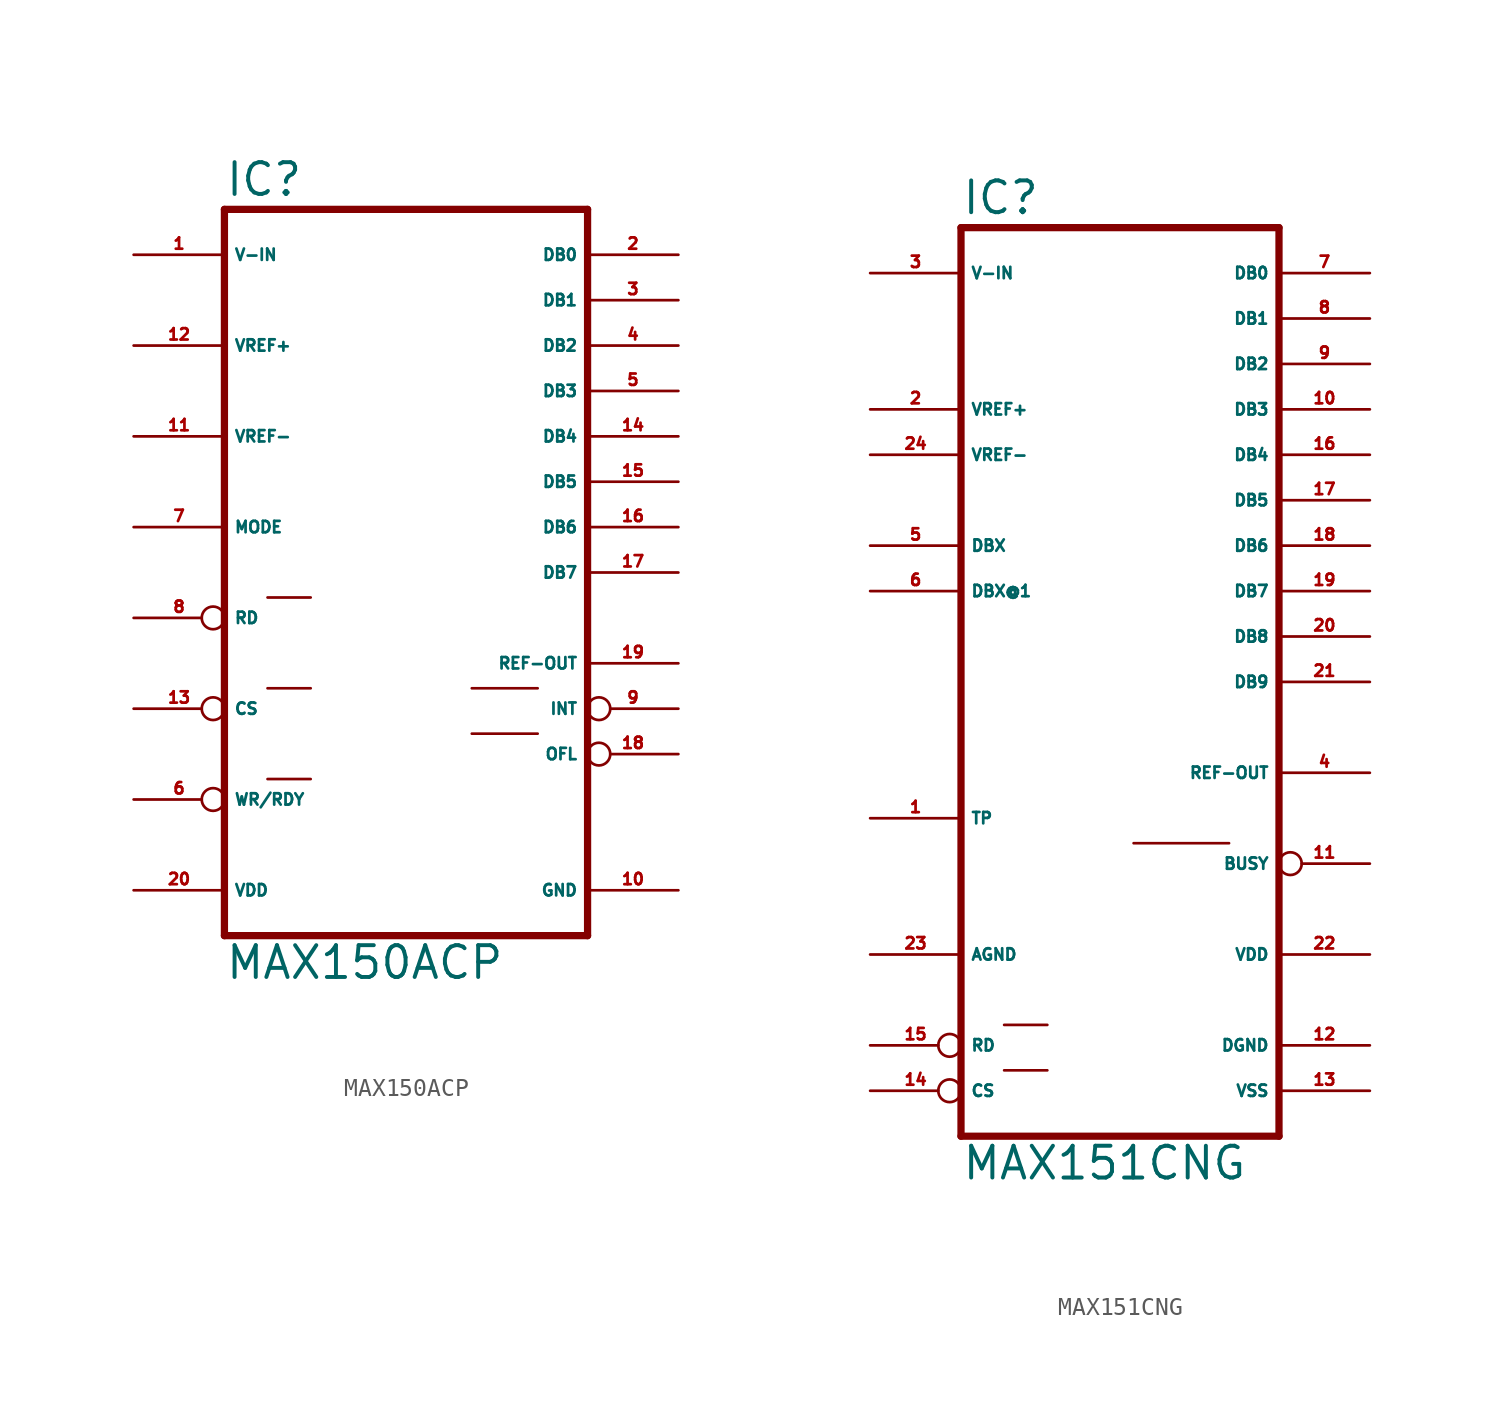
<source format=kicad_sym>
(kicad_symbol_lib
  (version 20220914)
  (generator Eagle2Kicad)
  (symbol "MAX150ACP"
    (property "Reference" "IC"
      (at -10.16 20.955 0)
      (effects (font (size 1.778 1.778) (thickness 0.22)) (justify left bottom)))
    (property "Value" "MAX150ACP"
      (at -10.16 -22.86 0)
      (effects (font (size 1.778 1.778) (thickness 0.22)) (justify left bottom)))
    (polyline
      (pts (xy -10.16 -20.32) (xy 10.16 -20.32))
      (stroke (width 0.406) (type default))
      (fill (type none)))
    (polyline
      (pts (xy 10.16 20.32) (xy 10.16 -20.32))
      (stroke (width 0.406) (type default))
      (fill (type none)))
    (polyline
      (pts (xy 10.16 20.32) (xy -10.16 20.32))
      (stroke (width 0.406) (type default))
      (fill (type none)))
    (polyline
      (pts (xy -10.16 -20.32) (xy -10.16 20.32))
      (stroke (width 0.406) (type default))
      (fill (type none)))
    (polyline
      (pts (xy 3.683 -9.017) (xy 7.366 -9.017))
      (stroke (width 0.152) (type default))
      (fill (type none)))
    (polyline
      (pts (xy 3.683 -6.477) (xy 7.366 -6.477))
      (stroke (width 0.152) (type default))
      (fill (type none)))
    (polyline
      (pts (xy -7.747 -6.477) (xy -5.334 -6.477))
      (stroke (width 0.152) (type default))
      (fill (type none)))
    (polyline
      (pts (xy -7.747 -1.397) (xy -5.334 -1.397))
      (stroke (width 0.152) (type default))
      (fill (type none)))
    (polyline
      (pts (xy -7.747 -11.557) (xy -5.334 -11.557))
      (stroke (width 0.152) (type default))
      (fill (type none)))
    (pin tri_state line
      (at 15.24 17.78 180)
      (length 5.08)
      (name "DB0" (effects (font (size 0.635 0.635) (thickness 0.08)) (justify left bottom)))
      (number "2" (effects (font (size 0.635 0.635) (thickness 0.08)) (justify left bottom))))
    (pin tri_state line
      (at 15.24 15.24 180)
      (length 5.08)
      (name "DB1" (effects (font (size 0.635 0.635) (thickness 0.08)) (justify left bottom)))
      (number "3" (effects (font (size 0.635 0.635) (thickness 0.08)) (justify left bottom))))
    (pin tri_state line
      (at 15.24 12.7 180)
      (length 5.08)
      (name "DB2" (effects (font (size 0.635 0.635) (thickness 0.08)) (justify left bottom)))
      (number "4" (effects (font (size 0.635 0.635) (thickness 0.08)) (justify left bottom))))
    (pin tri_state line
      (at 15.24 10.16 180)
      (length 5.08)
      (name "DB3" (effects (font (size 0.635 0.635) (thickness 0.08)) (justify left bottom)))
      (number "5" (effects (font (size 0.635 0.635) (thickness 0.08)) (justify left bottom))))
    (pin tri_state line
      (at 15.24 7.62 180)
      (length 5.08)
      (name "DB4" (effects (font (size 0.635 0.635) (thickness 0.08)) (justify left bottom)))
      (number "14" (effects (font (size 0.635 0.635) (thickness 0.08)) (justify left bottom))))
    (pin tri_state line
      (at 15.24 5.08 180)
      (length 5.08)
      (name "DB5" (effects (font (size 0.635 0.635) (thickness 0.08)) (justify left bottom)))
      (number "15" (effects (font (size 0.635 0.635) (thickness 0.08)) (justify left bottom))))
    (pin tri_state line
      (at 15.24 2.54 180)
      (length 5.08)
      (name "DB6" (effects (font (size 0.635 0.635) (thickness 0.08)) (justify left bottom)))
      (number "16" (effects (font (size 0.635 0.635) (thickness 0.08)) (justify left bottom))))
    (pin tri_state line
      (at 15.24 0 180)
      (length 5.08)
      (name "DB7" (effects (font (size 0.635 0.635) (thickness 0.08)) (justify left bottom)))
      (number "17" (effects (font (size 0.635 0.635) (thickness 0.08)) (justify left bottom))))
    (pin output line
      (at 15.24 -5.08 180)
      (length 5.08)
      (name "REF-OUT" (effects (font (size 0.635 0.635) (thickness 0.08)) (justify left bottom)))
      (number "19" (effects (font (size 0.635 0.635) (thickness 0.08)) (justify left bottom))))
    (pin unspecified line
      (at -15.24 -17.78 0)
      (length 5.08)
      (name "VDD" (effects (font (size 0.635 0.635) (thickness 0.08)) (justify left bottom)))
      (number "20" (effects (font (size 0.635 0.635) (thickness 0.08)) (justify left bottom))))
    (pin unspecified line
      (at 15.24 -17.78 180)
      (length 5.08)
      (name "GND" (effects (font (size 0.635 0.635) (thickness 0.08)) (justify left bottom)))
      (number "10" (effects (font (size 0.635 0.635) (thickness 0.08)) (justify left bottom))))
    (pin output inverted
      (at 15.24 -7.62 180)
      (length 5.08)
      (name "INT" (effects (font (size 0.635 0.635) (thickness 0.08)) (justify left bottom)))
      (number "9" (effects (font (size 0.635 0.635) (thickness 0.08)) (justify left bottom))))
    (pin output inverted
      (at 15.24 -10.16 180)
      (length 5.08)
      (name "OFL" (effects (font (size 0.635 0.635) (thickness 0.08)) (justify left bottom)))
      (number "18" (effects (font (size 0.635 0.635) (thickness 0.08)) (justify left bottom))))
    (pin input line
      (at -15.24 17.78 0)
      (length 5.08)
      (name "V-IN" (effects (font (size 0.635 0.635) (thickness 0.08)) (justify left bottom)))
      (number "1" (effects (font (size 0.635 0.635) (thickness 0.08)) (justify left bottom))))
    (pin bidirectional inverted
      (at -15.24 -12.7 0)
      (length 5.08)
      (name "WR/RDY" (effects (font (size 0.635 0.635) (thickness 0.08)) (justify left bottom)))
      (number "6" (effects (font (size 0.635 0.635) (thickness 0.08)) (justify left bottom))))
    (pin input line
      (at -15.24 2.54 0)
      (length 5.08)
      (name "MODE" (effects (font (size 0.635 0.635) (thickness 0.08)) (justify left bottom)))
      (number "7" (effects (font (size 0.635 0.635) (thickness 0.08)) (justify left bottom))))
    (pin input inverted
      (at -15.24 -2.54 0)
      (length 5.08)
      (name "RD" (effects (font (size 0.635 0.635) (thickness 0.08)) (justify left bottom)))
      (number "8" (effects (font (size 0.635 0.635) (thickness 0.08)) (justify left bottom))))
    (pin input inverted
      (at -15.24 -7.62 0)
      (length 5.08)
      (name "CS" (effects (font (size 0.635 0.635) (thickness 0.08)) (justify left bottom)))
      (number "13" (effects (font (size 0.635 0.635) (thickness 0.08)) (justify left bottom))))
    (pin input line
      (at -15.24 12.7 0)
      (length 5.08)
      (name "VREF+" (effects (font (size 0.635 0.635) (thickness 0.08)) (justify left bottom)))
      (number "12" (effects (font (size 0.635 0.635) (thickness 0.08)) (justify left bottom))))
    (pin input line
      (at -15.24 7.62 0)
      (length 5.08)
      (name "VREF-" (effects (font (size 0.635 0.635) (thickness 0.08)) (justify left bottom)))
      (number "11" (effects (font (size 0.635 0.635) (thickness 0.08)) (justify left bottom)))))
  (symbol "MAX151CNG"
    (property "Reference" "IC"
      (at -10.16 26.035 0)
      (effects (font (size 1.778 1.778) (thickness 0.22)) (justify left bottom)))
    (property "Value" "MAX151CNG"
      (at -10.16 -27.94 0)
      (effects (font (size 1.778 1.778) (thickness 0.22)) (justify left bottom)))
    (polyline
      (pts (xy -10.16 -25.4) (xy 7.62 -25.4))
      (stroke (width 0.406) (type default))
      (fill (type none)))
    (polyline
      (pts (xy 7.62 25.4) (xy 7.62 -25.4))
      (stroke (width 0.406) (type default))
      (fill (type none)))
    (polyline
      (pts (xy 7.62 25.4) (xy -10.16 25.4))
      (stroke (width 0.406) (type default))
      (fill (type none)))
    (polyline
      (pts (xy -10.16 -25.4) (xy -10.16 25.4))
      (stroke (width 0.406) (type default))
      (fill (type none)))
    (polyline
      (pts (xy -0.508 -9.017) (xy 4.826 -9.017))
      (stroke (width 0.152) (type default))
      (fill (type none)))
    (polyline
      (pts (xy -7.747 -19.177) (xy -5.334 -19.177))
      (stroke (width 0.152) (type default))
      (fill (type none)))
    (polyline
      (pts (xy -7.747 -21.717) (xy -5.334 -21.717))
      (stroke (width 0.152) (type default))
      (fill (type none)))
    (pin tri_state line
      (at 12.7 22.86 180)
      (length 5.08)
      (name "DB0" (effects (font (size 0.635 0.635) (thickness 0.08)) (justify left bottom)))
      (number "7" (effects (font (size 0.635 0.635) (thickness 0.08)) (justify left bottom))))
    (pin tri_state line
      (at 12.7 20.32 180)
      (length 5.08)
      (name "DB1" (effects (font (size 0.635 0.635) (thickness 0.08)) (justify left bottom)))
      (number "8" (effects (font (size 0.635 0.635) (thickness 0.08)) (justify left bottom))))
    (pin tri_state line
      (at 12.7 17.78 180)
      (length 5.08)
      (name "DB2" (effects (font (size 0.635 0.635) (thickness 0.08)) (justify left bottom)))
      (number "9" (effects (font (size 0.635 0.635) (thickness 0.08)) (justify left bottom))))
    (pin tri_state line
      (at 12.7 15.24 180)
      (length 5.08)
      (name "DB3" (effects (font (size 0.635 0.635) (thickness 0.08)) (justify left bottom)))
      (number "10" (effects (font (size 0.635 0.635) (thickness 0.08)) (justify left bottom))))
    (pin tri_state line
      (at 12.7 12.7 180)
      (length 5.08)
      (name "DB4" (effects (font (size 0.635 0.635) (thickness 0.08)) (justify left bottom)))
      (number "16" (effects (font (size 0.635 0.635) (thickness 0.08)) (justify left bottom))))
    (pin tri_state line
      (at 12.7 10.16 180)
      (length 5.08)
      (name "DB5" (effects (font (size 0.635 0.635) (thickness 0.08)) (justify left bottom)))
      (number "17" (effects (font (size 0.635 0.635) (thickness 0.08)) (justify left bottom))))
    (pin tri_state line
      (at 12.7 7.62 180)
      (length 5.08)
      (name "DB6" (effects (font (size 0.635 0.635) (thickness 0.08)) (justify left bottom)))
      (number "18" (effects (font (size 0.635 0.635) (thickness 0.08)) (justify left bottom))))
    (pin tri_state line
      (at 12.7 5.08 180)
      (length 5.08)
      (name "DB7" (effects (font (size 0.635 0.635) (thickness 0.08)) (justify left bottom)))
      (number "19" (effects (font (size 0.635 0.635) (thickness 0.08)) (justify left bottom))))
    (pin output line
      (at 12.7 -5.08 180)
      (length 5.08)
      (name "REF-OUT" (effects (font (size 0.635 0.635) (thickness 0.08)) (justify left bottom)))
      (number "4" (effects (font (size 0.635 0.635) (thickness 0.08)) (justify left bottom))))
    (pin unspecified line
      (at 12.7 -15.24 180)
      (length 5.08)
      (name "VDD" (effects (font (size 0.635 0.635) (thickness 0.08)) (justify left bottom)))
      (number "22" (effects (font (size 0.635 0.635) (thickness 0.08)) (justify left bottom))))
    (pin unspecified line
      (at 12.7 -22.86 180)
      (length 5.08)
      (name "VSS" (effects (font (size 0.635 0.635) (thickness 0.08)) (justify left bottom)))
      (number "13" (effects (font (size 0.635 0.635) (thickness 0.08)) (justify left bottom))))
    (pin output inverted
      (at 12.7 -10.16 180)
      (length 5.08)
      (name "BUSY" (effects (font (size 0.635 0.635) (thickness 0.08)) (justify left bottom)))
      (number "11" (effects (font (size 0.635 0.635) (thickness 0.08)) (justify left bottom))))
    (pin input line
      (at -15.24 22.86 0)
      (length 5.08)
      (name "V-IN" (effects (font (size 0.635 0.635) (thickness 0.08)) (justify left bottom)))
      (number "3" (effects (font (size 0.635 0.635) (thickness 0.08)) (justify left bottom))))
    (pin input inverted
      (at -15.24 -20.32 0)
      (length 5.08)
      (name "RD" (effects (font (size 0.635 0.635) (thickness 0.08)) (justify left bottom)))
      (number "15" (effects (font (size 0.635 0.635) (thickness 0.08)) (justify left bottom))))
    (pin input inverted
      (at -15.24 -22.86 0)
      (length 5.08)
      (name "CS" (effects (font (size 0.635 0.635) (thickness 0.08)) (justify left bottom)))
      (number "14" (effects (font (size 0.635 0.635) (thickness 0.08)) (justify left bottom))))
    (pin input line
      (at -15.24 15.24 0)
      (length 5.08)
      (name "VREF+" (effects (font (size 0.635 0.635) (thickness 0.08)) (justify left bottom)))
      (number "2" (effects (font (size 0.635 0.635) (thickness 0.08)) (justify left bottom))))
    (pin input line
      (at -15.24 12.7 0)
      (length 5.08)
      (name "VREF-" (effects (font (size 0.635 0.635) (thickness 0.08)) (justify left bottom)))
      (number "24" (effects (font (size 0.635 0.635) (thickness 0.08)) (justify left bottom))))
    (pin tri_state line
      (at 12.7 2.54 180)
      (length 5.08)
      (name "DB8" (effects (font (size 0.635 0.635) (thickness 0.08)) (justify left bottom)))
      (number "20" (effects (font (size 0.635 0.635) (thickness 0.08)) (justify left bottom))))
    (pin tri_state line
      (at 12.7 0 180)
      (length 5.08)
      (name "DB9" (effects (font (size 0.635 0.635) (thickness 0.08)) (justify left bottom)))
      (number "21" (effects (font (size 0.635 0.635) (thickness 0.08)) (justify left bottom))))
    (pin unspecified line
      (at -15.24 -15.24 0)
      (length 5.08)
      (name "AGND" (effects (font (size 0.635 0.635) (thickness 0.08)) (justify left bottom)))
      (number "23" (effects (font (size 0.635 0.635) (thickness 0.08)) (justify left bottom))))
    (pin unspecified line
      (at 12.7 -20.32 180)
      (length 5.08)
      (name "DGND" (effects (font (size 0.635 0.635) (thickness 0.08)) (justify left bottom)))
      (number "12" (effects (font (size 0.635 0.635) (thickness 0.08)) (justify left bottom))))
    (pin input line
      (at -15.24 -7.62 0)
      (length 5.08)
      (name "TP" (effects (font (size 0.635 0.635) (thickness 0.08)) (justify left bottom)))
      (number "1" (effects (font (size 0.635 0.635) (thickness 0.08)) (justify left bottom))))
    (pin passive line
      (at -15.24 5.08 0)
      (length 5.08)
      (name "DBX@1" (effects (font (size 0.635 0.635) (thickness 0.08)) (justify left bottom)))
      (number "6" (effects (font (size 0.635 0.635) (thickness 0.08)) (justify left bottom))))
    (pin passive line
      (at -15.24 7.62 0)
      (length 5.08)
      (name "DBX" (effects (font (size 0.635 0.635) (thickness 0.08)) (justify left bottom)))
      (number "5" (effects (font (size 0.635 0.635) (thickness 0.08)) (justify left bottom))))))
</source>
